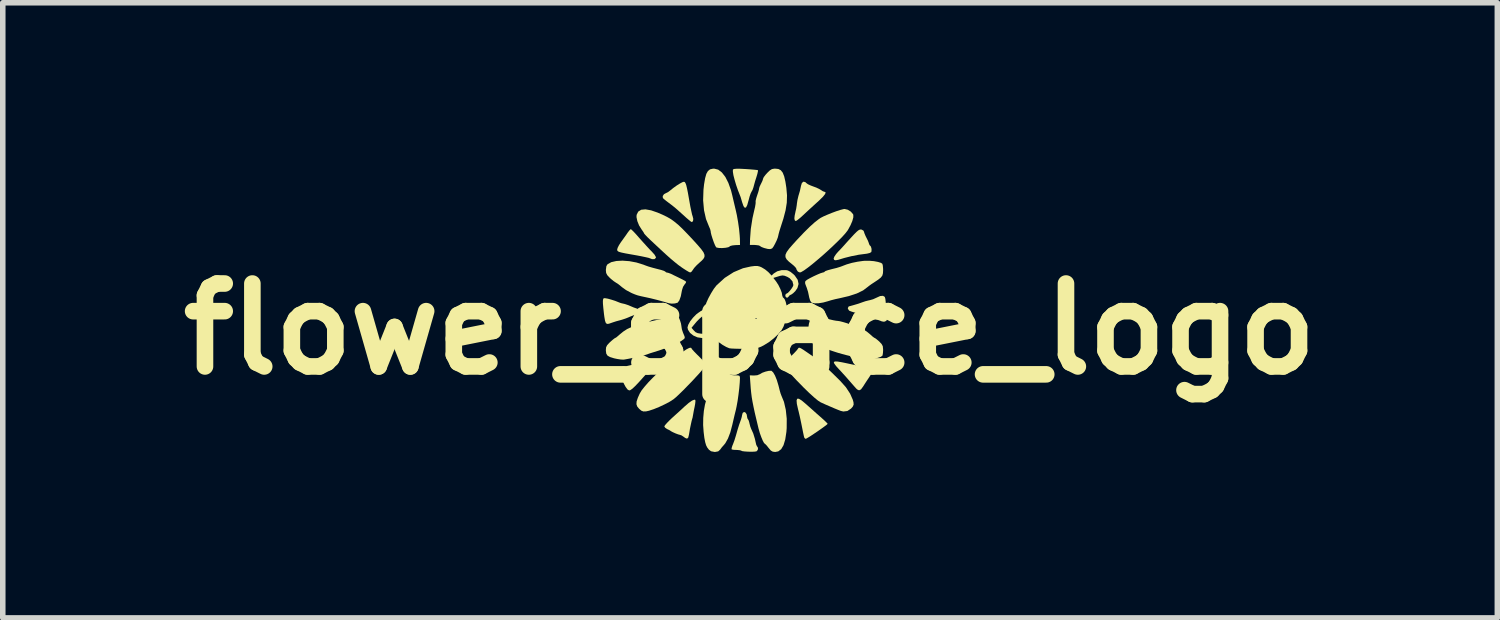
<source format=kicad_pcb>
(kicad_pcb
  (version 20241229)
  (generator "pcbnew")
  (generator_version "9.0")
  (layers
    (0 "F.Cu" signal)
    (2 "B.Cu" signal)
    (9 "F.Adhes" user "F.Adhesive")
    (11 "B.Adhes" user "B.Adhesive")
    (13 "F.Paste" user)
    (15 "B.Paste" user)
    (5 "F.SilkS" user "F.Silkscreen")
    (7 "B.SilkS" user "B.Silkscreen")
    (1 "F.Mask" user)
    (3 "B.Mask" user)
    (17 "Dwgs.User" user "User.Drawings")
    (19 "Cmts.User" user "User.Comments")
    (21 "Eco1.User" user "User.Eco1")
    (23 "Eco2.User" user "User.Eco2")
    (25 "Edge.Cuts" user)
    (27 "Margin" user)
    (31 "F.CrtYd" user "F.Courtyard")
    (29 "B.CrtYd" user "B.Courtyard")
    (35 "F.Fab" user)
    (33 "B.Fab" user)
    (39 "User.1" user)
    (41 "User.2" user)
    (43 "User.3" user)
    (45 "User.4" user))
  (footprint "flower_space_logo"
    (layer "F.Cu")
    (at 10.514 2.899)
    (property "Reference" "flower_space_logo" (at 0 0 0) (layer "F.SilkS") (effects (font (size 1.5 1.5) (thickness 0.3))))
    (attr board_only exclude_from_pos_files exclude_from_bom)
    (fp_poly (pts (xy 1.582 0.589) (xy 1.663 0.603) (xy 1.75 0.621) (xy 1.848 0.642) (xy 1.952 0.664) (xy 2.045 0.683) (xy 2.066 0.687) (xy 2.141 0.705) (xy 2.194 0.723) (xy 2.219 0.74) (xy 2.219 0.741) (xy 2.214 0.768) (xy 2.192 0.814) (xy 2.158 0.869) (xy 2.114 0.934) (xy 2.071 1) (xy 2.045 1.041) (xy 2.007 1.093) (xy 1.972 1.11) (xy 1.936 1.093) (xy 1.914 1.071) (xy 1.834 0.98) (xy 1.772 0.909) (xy 1.722 0.852) (xy 1.676 0.802) (xy 1.63 0.751) (xy 1.616 0.737) (xy 1.558 0.673) (xy 1.524 0.627) (xy 1.515 0.6) (xy 1.534 0.588)) (stroke (width 0) (type solid)) (fill yes) (layer "F.SilkS"))
    (fp_poly (pts (xy 0.932 1.292) (xy 0.996 1.345) (xy 1.051 1.394) (xy 1.124 1.458) (xy 1.201 1.527) (xy 1.248 1.568) (xy 1.31 1.623) (xy 1.36 1.669) (xy 1.393 1.702) (xy 1.404 1.715) (xy 1.39 1.73) (xy 1.352 1.759) (xy 1.297 1.799) (xy 1.233 1.844) (xy 1.165 1.89) (xy 1.102 1.932) (xy 1.049 1.965) (xy 1.015 1.984) (xy 1.006 1.988) (xy 0.986 1.973) (xy 0.978 1.956) (xy 0.97 1.92) (xy 0.958 1.864) (xy 0.95 1.823) (xy 0.924 1.694) (xy 0.901 1.587) (xy 0.878 1.488) (xy 0.868 1.45) (xy 0.847 1.355) (xy 0.842 1.293) (xy 0.853 1.262) (xy 0.883 1.262)) (stroke (width 0) (type solid)) (fill yes) (layer "F.SilkS"))
    (fp_poly (pts (xy -2.139 -1.792) (xy -2.103 -1.757) (xy -2.055 -1.705) (xy -2.005 -1.648) (xy -1.939 -1.574) (xy -1.871 -1.499) (xy -1.811 -1.434) (xy -1.78 -1.403) (xy -1.727 -1.344) (xy -1.703 -1.302) (xy -1.702 -1.286) (xy -1.728 -1.263) (xy -1.771 -1.262) (xy -1.807 -1.276) (xy -1.835 -1.286) (xy -1.892 -1.299) (xy -1.968 -1.315) (xy -2.053 -1.331) (xy -2.172 -1.352) (xy -2.26 -1.368) (xy -2.322 -1.381) (xy -2.362 -1.392) (xy -2.385 -1.402) (xy -2.397 -1.413) (xy -2.402 -1.426) (xy -2.403 -1.432) (xy -2.395 -1.465) (xy -2.37 -1.515) (xy -2.335 -1.569) (xy -2.289 -1.633) (xy -2.243 -1.697) (xy -2.216 -1.737) (xy -2.185 -1.778) (xy -2.161 -1.802) (xy -2.155 -1.805)) (stroke (width 0) (type solid)) (fill yes) (layer "F.SilkS"))
    (fp_poly (pts (xy -1.698 0.576) (xy -1.702 0.607) (xy -1.732 0.655) (xy -1.773 0.703) (xy -1.832 0.765) (xy -1.894 0.834) (xy -1.924 0.867) (xy -2.011 0.964) (xy -2.078 1.034) (xy -2.128 1.081) (xy -2.164 1.106) (xy -2.185 1.112) (xy -2.214 1.096) (xy -2.25 1.048) (xy -2.276 1) (xy -2.305 0.94) (xy -2.326 0.891) (xy -2.334 0.862) (xy -2.346 0.829) (xy -2.361 0.809) (xy -2.383 0.769) (xy -2.389 0.738) (xy -2.384 0.711) (xy -2.364 0.696) (xy -2.319 0.686) (xy -2.302 0.683) (xy -2.229 0.671) (xy -2.149 0.653) (xy -2.124 0.647) (xy -2.059 0.63) (xy -1.981 0.613) (xy -1.898 0.595) (xy -1.821 0.58) (xy -1.76 0.57) (xy -1.724 0.565) (xy -1.723 0.565)) (stroke (width 0) (type solid)) (fill yes) (layer "F.SilkS"))
    (fp_poly (pts (xy -0.178 -2.897) (xy -0.08 -2.892) (xy 0.005 -2.886) (xy 0.075 -2.88) (xy 0.124 -2.875) (xy 0.144 -2.871) (xy 0.143 -2.85) (xy 0.133 -2.805) (xy 0.115 -2.744) (xy 0.113 -2.739) (xy 0.091 -2.669) (xy 0.073 -2.604) (xy 0.062 -2.562) (xy 0.045 -2.513) (xy 0.026 -2.48) (xy 0.011 -2.449) (xy -0.008 -2.394) (xy -0.026 -2.326) (xy -0.028 -2.32) (xy -0.05 -2.241) (xy -0.072 -2.198) (xy -0.094 -2.191) (xy -0.117 -2.22) (xy -0.124 -2.238) (xy -0.143 -2.293) (xy -0.155 -2.334) (xy -0.17 -2.385) (xy -0.182 -2.416) (xy -0.219 -2.51) (xy -0.252 -2.606) (xy -0.279 -2.698) (xy -0.3 -2.779) (xy -0.31 -2.842) (xy -0.31 -2.879) (xy -0.308 -2.883) (xy -0.29 -2.893) (xy -0.248 -2.897)) (stroke (width 0) (type solid)) (fill yes) (layer "F.SilkS"))
    (fp_poly (pts (xy -1.181 -2.657) (xy -1.168 -2.639) (xy -1.154 -2.603) (xy -1.14 -2.545) (xy -1.123 -2.461) (xy -1.103 -2.347) (xy -1.095 -2.302) (xy -1.079 -2.212) (xy -1.062 -2.132) (xy -1.048 -2.069) (xy -1.037 -2.035) (xy -1.026 -1.99) (xy -1.031 -1.952) (xy -1.049 -1.933) (xy -1.053 -1.933) (xy -1.073 -1.944) (xy -1.111 -1.975) (xy -1.16 -2.017) (xy -1.167 -2.024) (xy -1.246 -2.095) (xy -1.305 -2.148) (xy -1.35 -2.187) (xy -1.388 -2.218) (xy -1.425 -2.247) (xy -1.468 -2.28) (xy -1.469 -2.28) (xy -1.52 -2.319) (xy -1.559 -2.351) (xy -1.576 -2.368) (xy -1.579 -2.403) (xy -1.556 -2.437) (xy -1.525 -2.454) (xy -1.484 -2.474) (xy -1.44 -2.507) (xy -1.387 -2.55) (xy -1.327 -2.593) (xy -1.268 -2.63) (xy -1.221 -2.655) (xy -1.196 -2.662)) (stroke (width 0) (type solid)) (fill yes) (layer "F.SilkS"))
    (fp_poly (pts (xy 2.017 -1.797) (xy 2.05 -1.779) (xy 2.06 -1.76) (xy 2.069 -1.73) (xy 2.089 -1.682) (xy 2.106 -1.648) (xy 2.132 -1.596) (xy 2.148 -1.554) (xy 2.152 -1.54) (xy 2.163 -1.514) (xy 2.169 -1.51) (xy 2.187 -1.488) (xy 2.198 -1.447) (xy 2.197 -1.406) (xy 2.192 -1.39) (xy 2.165 -1.374) (xy 2.117 -1.362) (xy 2.096 -1.359) (xy 1.965 -1.342) (xy 1.829 -1.315) (xy 1.706 -1.284) (xy 1.673 -1.274) (xy 1.597 -1.251) (xy 1.549 -1.242) (xy 1.524 -1.247) (xy 1.514 -1.266) (xy 1.513 -1.277) (xy 1.526 -1.309) (xy 1.557 -1.355) (xy 1.591 -1.394) (xy 1.65 -1.456) (xy 1.712 -1.524) (xy 1.741 -1.557) (xy 1.822 -1.646) (xy 1.882 -1.711) (xy 1.927 -1.756) (xy 1.959 -1.783) (xy 1.984 -1.796) (xy 2.004 -1.799)) (stroke (width 0) (type solid)) (fill yes) (layer "F.SilkS"))
    (fp_poly (pts (xy -2.569 -0.547) (xy -2.505 -0.529) (xy -2.439 -0.508) (xy -2.389 -0.488) (xy -2.348 -0.472) (xy -2.325 -0.465) (xy -2.268 -0.452) (xy -2.201 -0.43) (xy -2.152 -0.409) (xy -2.105 -0.389) (xy -2.045 -0.368) (xy -2.024 -0.361) (xy -1.976 -0.344) (xy -1.946 -0.326) (xy -1.942 -0.319) (xy -1.958 -0.304) (xy -1.999 -0.284) (xy -2.042 -0.269) (xy -2.109 -0.246) (xy -2.17 -0.222) (xy -2.197 -0.21) (xy -2.247 -0.19) (xy -2.313 -0.168) (xy -2.352 -0.157) (xy -2.419 -0.139) (xy -2.478 -0.12) (xy -2.504 -0.111) (xy -2.553 -0.094) (xy -2.586 -0.091) (xy -2.607 -0.107) (xy -2.622 -0.147) (xy -2.634 -0.216) (xy -2.641 -0.269) (xy -2.653 -0.378) (xy -2.66 -0.456) (xy -2.661 -0.508) (xy -2.656 -0.539) (xy -2.646 -0.555) (xy -2.645 -0.556) (xy -2.619 -0.556)) (stroke (width 0) (type solid)) (fill yes) (layer "F.SilkS"))
    (fp_poly (pts (xy -0.99 1.283) (xy -0.987 1.306) (xy -0.992 1.354) (xy -1.002 1.409) (xy -1.016 1.475) (xy -1.026 1.531) (xy -1.031 1.559) (xy -1.039 1.604) (xy -1.045 1.623) (xy -1.056 1.663) (xy -1.07 1.727) (xy -1.086 1.803) (xy -1.099 1.88) (xy -1.104 1.91) (xy -1.117 1.964) (xy -1.139 1.984) (xy -1.173 1.971) (xy -1.201 1.95) (xy -1.239 1.925) (xy -1.269 1.915) (xy -1.299 1.907) (xy -1.347 1.889) (xy -1.396 1.867) (xy -1.433 1.847) (xy -1.44 1.841) (xy -1.462 1.828) (xy -1.5 1.81) (xy -1.535 1.786) (xy -1.55 1.762) (xy -1.537 1.74) (xy -1.502 1.7) (xy -1.452 1.649) (xy -1.412 1.611) (xy -1.34 1.546) (xy -1.267 1.48) (xy -1.204 1.422) (xy -1.183 1.402) (xy -1.109 1.338) (xy -1.049 1.296) (xy -1.007 1.279)) (stroke (width 0) (type solid)) (fill yes) (layer "F.SilkS"))
    (fp_poly (pts (xy 1.001 -2.655) (xy 1.02 -2.637) (xy 1.048 -2.617) (xy 1.098 -2.594) (xy 1.135 -2.58) (xy 1.2 -2.556) (xy 1.257 -2.528) (xy 1.279 -2.515) (xy 1.318 -2.49) (xy 1.347 -2.48) (xy 1.348 -2.48) (xy 1.368 -2.47) (xy 1.358 -2.44) (xy 1.319 -2.391) (xy 1.249 -2.322) (xy 1.218 -2.294) (xy 1.142 -2.225) (xy 1.061 -2.151) (xy 0.989 -2.084) (xy 0.959 -2.056) (xy 0.906 -2.008) (xy 0.86 -1.971) (xy 0.83 -1.952) (xy 0.826 -1.951) (xy 0.808 -1.967) (xy 0.802 -2.001) (xy 0.808 -2.054) (xy 0.821 -2.113) (xy 0.821 -2.115) (xy 0.835 -2.176) (xy 0.846 -2.246) (xy 0.847 -2.261) (xy 0.858 -2.333) (xy 0.876 -2.409) (xy 0.881 -2.425) (xy 0.902 -2.496) (xy 0.918 -2.569) (xy 0.921 -2.585) (xy 0.938 -2.64) (xy 0.967 -2.664)) (stroke (width 0) (type solid)) (fill yes) (layer "F.SilkS"))
    (fp_poly (pts (xy -0.576 -2.881) (xy -0.509 -2.83) (xy -0.446 -2.749) (xy -0.391 -2.64) (xy -0.344 -2.507) (xy -0.321 -2.416) (xy -0.301 -2.33) (xy -0.28 -2.241) (xy -0.263 -2.169) (xy -0.262 -2.166) (xy -0.238 -2.058) (xy -0.216 -1.933) (xy -0.198 -1.807) (xy -0.187 -1.692) (xy -0.183 -1.63) (xy -0.181 -1.519) (xy -0.267 -1.516) (xy -0.321 -1.51) (xy -0.358 -1.5) (xy -0.366 -1.493) (xy -0.392 -1.478) (xy -0.442 -1.468) (xy -0.503 -1.463) (xy -0.56 -1.464) (xy -0.603 -1.472) (xy -0.614 -1.479) (xy -0.632 -1.512) (xy -0.655 -1.567) (xy -0.678 -1.633) (xy -0.698 -1.697) (xy -0.71 -1.748) (xy -0.711 -1.764) (xy -0.72 -1.802) (xy -0.74 -1.849) (xy -0.741 -1.851) (xy -0.796 -1.987) (xy -0.832 -2.147) (xy -0.848 -2.326) (xy -0.842 -2.515) (xy -0.831 -2.616) (xy -0.812 -2.726) (xy -0.79 -2.805) (xy -0.761 -2.856) (xy -0.724 -2.886) (xy -0.673 -2.898) (xy -0.646 -2.899)) (stroke (width 0) (type solid)) (fill yes) (layer "F.SilkS"))
    (fp_poly (pts (xy 2.437 -0.58) (xy 2.437 -0.579) (xy 2.447 -0.546) (xy 2.453 -0.497) (xy 2.453 -0.492) (xy 2.456 -0.442) (xy 2.463 -0.37) (xy 2.47 -0.295) (xy 2.477 -0.222) (xy 2.477 -0.177) (xy 2.469 -0.153) (xy 2.46 -0.144) (xy 2.424 -0.13) (xy 2.383 -0.137) (xy 2.361 -0.146) (xy 2.325 -0.159) (xy 2.267 -0.178) (xy 2.215 -0.193) (xy 2.154 -0.213) (xy 2.104 -0.232) (xy 2.082 -0.244) (xy 2.042 -0.263) (xy 2.027 -0.267) (xy 1.965 -0.279) (xy 1.898 -0.295) (xy 1.838 -0.313) (xy 1.799 -0.328) (xy 1.791 -0.333) (xy 1.771 -0.364) (xy 1.769 -0.377) (xy 1.782 -0.404) (xy 1.791 -0.409) (xy 1.822 -0.417) (xy 1.872 -0.431) (xy 1.896 -0.438) (xy 1.96 -0.457) (xy 2.019 -0.478) (xy 2.033 -0.483) (xy 2.089 -0.502) (xy 2.153 -0.518) (xy 2.161 -0.519) (xy 2.225 -0.537) (xy 2.285 -0.564) (xy 2.291 -0.567) (xy 2.353 -0.595) (xy 2.404 -0.599)) (stroke (width 0) (type solid)) (fill yes) (layer "F.SilkS"))
    (fp_poly (pts (xy -1.061 0.347) (xy -1.045 0.371) (xy -1.008 0.412) (xy -0.958 0.463) (xy -0.937 0.483) (xy -0.872 0.549) (xy -0.834 0.601) (xy -0.821 0.645) (xy -0.83 0.688) (xy -0.843 0.713) (xy -0.87 0.748) (xy -0.917 0.803) (xy -0.98 0.871) (xy -1.052 0.949) (xy -1.13 1.029) (xy -1.206 1.107) (xy -1.277 1.176) (xy -1.335 1.231) (xy -1.377 1.266) (xy -1.38 1.269) (xy -1.451 1.315) (xy -1.542 1.363) (xy -1.642 1.41) (xy -1.74 1.45) (xy -1.827 1.479) (xy -1.881 1.491) (xy -1.929 1.492) (xy -1.966 1.478) (xy -2.007 1.442) (xy -2.04 1.402) (xy -2.054 1.361) (xy -2.051 1.311) (xy -2.029 1.245) (xy -1.994 1.167) (xy -1.961 1.112) (xy -1.908 1.045) (xy -1.84 0.967) (xy -1.759 0.883) (xy -1.669 0.795) (xy -1.575 0.707) (xy -1.479 0.622) (xy -1.384 0.542) (xy -1.296 0.471) (xy -1.216 0.412) (xy -1.15 0.369) (xy -1.099 0.343) (xy -1.068 0.339)) (stroke (width 0) (type solid)) (fill yes) (layer "F.SilkS"))
    (fp_poly (pts (xy -0.08 1.514) (xy -0.06 1.547) (xy -0.055 1.578) (xy -0.048 1.616) (xy -0.039 1.631) (xy -0.025 1.654) (xy -0.012 1.698) (xy -0.01 1.709) (xy 0.005 1.765) (xy 0.022 1.81) (xy 0.024 1.814) (xy 0.059 1.892) (xy 0.088 1.987) (xy 0.101 2.045) (xy 0.112 2.093) (xy 0.126 2.122) (xy 0.129 2.125) (xy 0.145 2.153) (xy 0.14 2.188) (xy 0.117 2.213) (xy 0.114 2.214) (xy 0.077 2.219) (xy 0.021 2.221) (xy -0.042 2.219) (xy -0.1 2.215) (xy -0.143 2.209) (xy -0.157 2.202) (xy -0.18 2.194) (xy -0.224 2.189) (xy -0.244 2.188) (xy -0.295 2.186) (xy -0.328 2.18) (xy -0.333 2.177) (xy -0.333 2.156) (xy -0.32 2.113) (xy -0.307 2.082) (xy -0.281 2.012) (xy -0.256 1.931) (xy -0.246 1.896) (xy -0.224 1.818) (xy -0.197 1.732) (xy -0.184 1.696) (xy -0.163 1.637) (xy -0.149 1.589) (xy -0.146 1.568) (xy -0.136 1.529) (xy -0.129 1.515) (xy -0.106 1.501)) (stroke (width 0) (type solid)) (fill yes) (layer "F.SilkS"))
    (fp_poly (pts (xy 1.768 -2.156) (xy 1.823 -2.122) (xy 1.862 -2.077) (xy 1.868 -2.063) (xy 1.868 -2.018) (xy 1.85 -1.952) (xy 1.817 -1.875) (xy 1.773 -1.794) (xy 1.767 -1.784) (xy 1.728 -1.733) (xy 1.669 -1.667) (xy 1.594 -1.591) (xy 1.507 -1.507) (xy 1.413 -1.419) (xy 1.315 -1.331) (xy 1.218 -1.248) (xy 1.127 -1.172) (xy 1.045 -1.108) (xy 0.977 -1.059) (xy 0.926 -1.029) (xy 0.903 -1.021) (xy 0.873 -1.033) (xy 0.861 -1.043) (xy 0.841 -1.074) (xy 0.839 -1.087) (xy 0.825 -1.11) (xy 0.791 -1.145) (xy 0.761 -1.17) (xy 0.702 -1.218) (xy 0.661 -1.26) (xy 0.641 -1.299) (xy 0.641 -1.341) (xy 0.663 -1.391) (xy 0.708 -1.453) (xy 0.777 -1.532) (xy 0.848 -1.61) (xy 0.973 -1.742) (xy 1.079 -1.847) (xy 1.169 -1.928) (xy 1.245 -1.987) (xy 1.276 -2.008) (xy 1.328 -2.035) (xy 1.399 -2.066) (xy 1.48 -2.099) (xy 1.561 -2.129) (xy 1.635 -2.153) (xy 1.69 -2.167) (xy 1.71 -2.17)) (stroke (width 0) (type solid)) (fill yes) (layer "F.SilkS"))
    (fp_poly (pts (xy -1.789 -2.145) (xy -1.673 -2.105) (xy -1.58 -2.065) (xy -1.5 -2.026) (xy -1.429 -1.985) (xy -1.362 -1.936) (xy -1.291 -1.877) (xy -1.213 -1.802) (xy -1.121 -1.707) (xy -1.03 -1.61) (xy -0.944 -1.515) (xy -0.881 -1.441) (xy -0.841 -1.385) (xy -0.823 -1.34) (xy -0.824 -1.302) (xy -0.844 -1.266) (xy -0.881 -1.228) (xy -0.913 -1.2) (xy -0.966 -1.151) (xy -1.01 -1.103) (xy -1.032 -1.071) (xy -1.057 -1.036) (xy -1.082 -1.021) (xy -1.082 -1.021) (xy -1.106 -1.031) (xy -1.152 -1.058) (xy -1.211 -1.096) (xy -1.24 -1.116) (xy -1.298 -1.158) (xy -1.36 -1.208) (xy -1.432 -1.268) (xy -1.515 -1.342) (xy -1.615 -1.434) (xy -1.735 -1.546) (xy -1.801 -1.608) (xy -1.852 -1.657) (xy -1.891 -1.698) (xy -1.913 -1.723) (xy -1.915 -1.727) (xy -1.925 -1.747) (xy -1.95 -1.784) (xy -1.961 -1.799) (xy -2.006 -1.871) (xy -2.038 -1.95) (xy -2.053 -2.023) (xy -2.051 -2.063) (xy -2.022 -2.122) (xy -1.968 -2.156) (xy -1.89 -2.163)) (stroke (width 0) (type solid)) (fill yes) (layer "F.SilkS"))
    (fp_poly (pts (xy 0.389 0.758) (xy 0.419 0.786) (xy 0.452 0.843) (xy 0.484 0.922) (xy 0.513 1.018) (xy 0.52 1.045) (xy 0.537 1.113) (xy 0.553 1.168) (xy 0.565 1.2) (xy 0.614 1.319) (xy 0.647 1.463) (xy 0.664 1.624) (xy 0.663 1.793) (xy 0.658 1.861) (xy 0.637 1.998) (xy 0.606 2.102) (xy 0.564 2.174) (xy 0.511 2.214) (xy 0.455 2.225) (xy 0.411 2.219) (xy 0.376 2.199) (xy 0.338 2.154) (xy 0.336 2.152) (xy 0.303 2.11) (xy 0.278 2.084) (xy 0.271 2.079) (xy 0.253 2.062) (xy 0.23 2.019) (xy 0.204 1.957) (xy 0.178 1.885) (xy 0.157 1.811) (xy 0.155 1.805) (xy 0.117 1.646) (xy 0.086 1.515) (xy 0.063 1.407) (xy 0.045 1.316) (xy 0.031 1.234) (xy 0.021 1.155) (xy 0.013 1.074) (xy 0.009 1.017) (xy -0.004 0.839) (xy 0.071 0.842) (xy 0.131 0.837) (xy 0.175 0.819) (xy 0.178 0.818) (xy 0.22 0.793) (xy 0.278 0.772) (xy 0.337 0.758) (xy 0.382 0.756)) (stroke (width 0) (type solid)) (fill yes) (layer "F.SilkS"))
    (fp_poly (pts (xy 0.92 0.35) (xy 0.963 0.376) (xy 1.029 0.421) (xy 1.096 0.467) (xy 1.156 0.509) (xy 1.199 0.539) (xy 1.212 0.547) (xy 1.248 0.576) (xy 1.305 0.626) (xy 1.38 0.696) (xy 1.468 0.779) (xy 1.564 0.873) (xy 1.631 0.939) (xy 1.733 1.053) (xy 1.81 1.17) (xy 1.859 1.281) (xy 1.871 1.326) (xy 1.874 1.369) (xy 1.858 1.405) (xy 1.827 1.44) (xy 1.761 1.484) (xy 1.687 1.493) (xy 1.641 1.482) (xy 1.594 1.464) (xy 1.526 1.436) (xy 1.447 1.402) (xy 1.368 1.368) (xy 1.302 1.338) (xy 1.276 1.326) (xy 1.227 1.294) (xy 1.158 1.237) (xy 1.07 1.157) (xy 0.966 1.056) (xy 0.951 1.04) (xy 0.842 0.929) (xy 0.759 0.84) (xy 0.698 0.769) (xy 0.659 0.711) (xy 0.641 0.663) (xy 0.642 0.622) (xy 0.659 0.582) (xy 0.693 0.54) (xy 0.741 0.493) (xy 0.743 0.491) (xy 0.796 0.439) (xy 0.839 0.393) (xy 0.865 0.361) (xy 0.867 0.357) (xy 0.878 0.342) (xy 0.894 0.339)) (stroke (width 0) (type solid)) (fill yes) (layer "F.SilkS"))
    (fp_poly (pts (xy -0.486 0.765) (xy -0.431 0.781) (xy -0.388 0.799) (xy -0.37 0.816) (xy -0.346 0.831) (xy -0.293 0.838) (xy -0.272 0.839) (xy -0.218 0.84) (xy -0.192 0.848) (xy -0.183 0.868) (xy -0.182 0.892) (xy -0.186 0.972) (xy -0.195 1.075) (xy -0.209 1.19) (xy -0.225 1.303) (xy -0.243 1.402) (xy -0.255 1.459) (xy -0.278 1.551) (xy -0.302 1.654) (xy -0.32 1.732) (xy -0.356 1.869) (xy -0.399 1.982) (xy -0.446 2.066) (xy -0.471 2.097) (xy -0.511 2.142) (xy -0.542 2.184) (xy -0.576 2.214) (xy -0.629 2.224) (xy -0.637 2.225) (xy -0.705 2.212) (xy -0.743 2.184) (xy -0.772 2.147) (xy -0.794 2.104) (xy -0.811 2.047) (xy -0.826 1.969) (xy -0.839 1.863) (xy -0.848 1.738) (xy -0.846 1.609) (xy -0.835 1.483) (xy -0.815 1.369) (xy -0.789 1.273) (xy -0.756 1.205) (xy -0.75 1.196) (xy -0.738 1.169) (xy -0.722 1.118) (xy -0.704 1.052) (xy -0.702 1.043) (xy -0.672 0.933) (xy -0.639 0.847) (xy -0.605 0.787) (xy -0.574 0.759) (xy -0.538 0.757)) (stroke (width 0) (type solid)) (fill yes) (layer "F.SilkS"))
    (fp_poly (pts (xy 0.513 -2.893) (xy 0.557 -2.87) (xy 0.591 -2.827) (xy 0.618 -2.759) (xy 0.64 -2.663) (xy 0.657 -2.553) (xy 0.669 -2.415) (xy 0.665 -2.283) (xy 0.643 -2.146) (xy 0.603 -1.993) (xy 0.582 -1.928) (xy 0.555 -1.844) (xy 0.532 -1.771) (xy 0.517 -1.716) (xy 0.511 -1.689) (xy 0.511 -1.688) (xy 0.502 -1.653) (xy 0.482 -1.601) (xy 0.454 -1.543) (xy 0.426 -1.492) (xy 0.403 -1.46) (xy 0.398 -1.456) (xy 0.365 -1.444) (xy 0.321 -1.447) (xy 0.255 -1.464) (xy 0.21 -1.481) (xy 0.182 -1.498) (xy 0.18 -1.501) (xy 0.157 -1.511) (xy 0.11 -1.517) (xy 0.084 -1.519) (xy -0.002 -1.52) (xy 0.001 -1.631) (xy 0.014 -1.808) (xy 0.044 -2.001) (xy 0.075 -2.139) (xy 0.091 -2.207) (xy 0.1 -2.261) (xy 0.102 -2.293) (xy 0.101 -2.296) (xy 0.102 -2.32) (xy 0.113 -2.366) (xy 0.128 -2.413) (xy 0.148 -2.472) (xy 0.161 -2.519) (xy 0.164 -2.539) (xy 0.172 -2.569) (xy 0.193 -2.615) (xy 0.201 -2.63) (xy 0.224 -2.678) (xy 0.236 -2.715) (xy 0.237 -2.721) (xy 0.249 -2.746) (xy 0.28 -2.787) (xy 0.311 -2.822) (xy 0.358 -2.867) (xy 0.396 -2.891) (xy 0.439 -2.899) (xy 0.457 -2.899)) (stroke (width 0) (type solid)) (fill yes) (layer "F.SilkS"))
    (fp_poly (pts (xy 2.242 -1.226) (xy 2.315 -1.212) (xy 2.369 -1.195) (xy 2.393 -1.178) (xy 2.401 -1.149) (xy 2.406 -1.098) (xy 2.407 -1.063) (xy 2.404 -1.008) (xy 2.393 -0.966) (xy 2.366 -0.93) (xy 2.319 -0.892) (xy 2.25 -0.846) (xy 2.195 -0.81) (xy 2.151 -0.778) (xy 2.131 -0.762) (xy 2.045 -0.697) (xy 1.932 -0.642) (xy 1.789 -0.595) (xy 1.623 -0.556) (xy 1.543 -0.539) (xy 1.465 -0.519) (xy 1.407 -0.501) (xy 1.323 -0.478) (xy 1.241 -0.465) (xy 1.17 -0.463) (xy 1.119 -0.474) (xy 1.106 -0.483) (xy 1.086 -0.517) (xy 1.07 -0.571) (xy 1.065 -0.597) (xy 1.049 -0.672) (xy 1.025 -0.747) (xy 1.018 -0.764) (xy 0.998 -0.818) (xy 0.996 -0.851) (xy 1.006 -0.869) (xy 1.033 -0.89) (xy 1.084 -0.919) (xy 1.147 -0.951) (xy 1.214 -0.982) (xy 1.273 -1.007) (xy 1.314 -1.02) (xy 1.322 -1.021) (xy 1.346 -1.03) (xy 1.349 -1.037) (xy 1.366 -1.048) (xy 1.409 -1.063) (xy 1.472 -1.08) (xy 1.491 -1.085) (xy 1.565 -1.103) (xy 1.63 -1.123) (xy 1.674 -1.139) (xy 1.678 -1.141) (xy 1.749 -1.168) (xy 1.842 -1.195) (xy 1.945 -1.216) (xy 2.043 -1.23) (xy 2.079 -1.233) (xy 2.16 -1.233)) (stroke (width 0) (type solid)) (fill yes) (layer "F.SilkS"))
    (fp_poly (pts (xy -2.183 -1.226) (xy -2.055 -1.202) (xy -1.929 -1.163) (xy -1.896 -1.15) (xy -1.837 -1.129) (xy -1.758 -1.106) (xy -1.677 -1.085) (xy -1.673 -1.084) (xy -1.607 -1.067) (xy -1.558 -1.051) (xy -1.533 -1.038) (xy -1.532 -1.036) (xy -1.517 -1.023) (xy -1.506 -1.021) (xy -1.472 -1.013) (xy -1.428 -0.996) (xy -1.384 -0.974) (xy -1.322 -0.944) (xy -1.271 -0.919) (xy -1.215 -0.891) (xy -1.173 -0.867) (xy -1.156 -0.854) (xy -1.161 -0.833) (xy -1.184 -0.804) (xy -1.211 -0.762) (xy -1.229 -0.706) (xy -1.231 -0.698) (xy -1.252 -0.59) (xy -1.278 -0.517) (xy -1.307 -0.477) (xy -1.312 -0.474) (xy -1.36 -0.461) (xy -1.42 -0.458) (xy -1.468 -0.465) (xy -1.566 -0.494) (xy -1.683 -0.526) (xy -1.8 -0.555) (xy -1.887 -0.574) (xy -1.971 -0.592) (xy -2.031 -0.607) (xy -2.08 -0.624) (xy -2.131 -0.645) (xy -2.152 -0.655) (xy -2.242 -0.703) (xy -2.317 -0.757) (xy -2.332 -0.77) (xy -2.379 -0.808) (xy -2.424 -0.837) (xy -2.427 -0.839) (xy -2.466 -0.865) (xy -2.515 -0.905) (xy -2.539 -0.927) (xy -2.582 -0.973) (xy -2.602 -1.013) (xy -2.607 -1.064) (xy -2.607 -1.068) (xy -2.598 -1.136) (xy -2.576 -1.171) (xy -2.509 -1.208) (xy -2.417 -1.229) (xy -2.306 -1.235)) (stroke (width 0) (type solid)) (fill yes) (layer "F.SilkS"))
    (fp_poly (pts (xy -1.267 -0.157) (xy -1.249 -0.1) (xy -1.24 -0.046) (xy -1.24 -0.042) (xy -1.232 0.007) (xy -1.212 0.067) (xy -1.204 0.086) (xy -1.184 0.134) (xy -1.18 0.162) (xy -1.192 0.18) (xy -1.198 0.185) (xy -1.249 0.221) (xy -1.316 0.259) (xy -1.386 0.293) (xy -1.449 0.318) (xy -1.494 0.328) (xy -1.497 0.328) (xy -1.526 0.334) (xy -1.532 0.342) (xy -1.548 0.354) (xy -1.591 0.371) (xy -1.653 0.392) (xy -1.673 0.398) (xy -1.746 0.421) (xy -1.811 0.441) (xy -1.854 0.457) (xy -1.859 0.459) (xy -1.901 0.472) (xy -1.967 0.489) (xy -2.048 0.508) (xy -2.133 0.527) (xy -2.211 0.542) (xy -2.272 0.553) (xy -2.288 0.555) (xy -2.335 0.553) (xy -2.401 0.543) (xy -2.458 0.531) (xy -2.532 0.508) (xy -2.577 0.483) (xy -2.6 0.446) (xy -2.607 0.393) (xy -2.607 0.378) (xy -2.603 0.332) (xy -2.584 0.294) (xy -2.545 0.251) (xy -2.53 0.237) (xy -2.486 0.198) (xy -2.452 0.171) (xy -2.439 0.164) (xy -2.419 0.153) (xy -2.383 0.123) (xy -2.357 0.1) (xy -2.292 0.047) (xy -2.223 0.002) (xy -2.16 -0.027) (xy -2.118 -0.036) (xy -2.083 -0.043) (xy -2.072 -0.049) (xy -2.041 -0.066) (xy -1.981 -0.087) (xy -1.899 -0.111) (xy -1.803 -0.136) (xy -1.698 -0.16) (xy -1.592 -0.182) (xy -1.493 -0.2) (xy -1.407 -0.211) (xy -1.399 -0.212) (xy -1.294 -0.223)) (stroke (width 0) (type solid)) (fill yes) (layer "F.SilkS"))
    (fp_poly (pts (xy 1.226 -0.212) (xy 1.309 -0.2) (xy 1.396 -0.184) (xy 1.44 -0.173) (xy 1.504 -0.158) (xy 1.559 -0.148) (xy 1.582 -0.146) (xy 1.623 -0.14) (xy 1.685 -0.124) (xy 1.755 -0.103) (xy 1.822 -0.08) (xy 1.873 -0.06) (xy 1.882 -0.054) (xy 1.923 -0.039) (xy 1.941 -0.036) (xy 1.986 -0.025) (xy 2.046 0.005) (xy 2.112 0.048) (xy 2.173 0.098) (xy 2.175 0.1) (xy 2.216 0.137) (xy 2.247 0.16) (xy 2.257 0.164) (xy 2.276 0.176) (xy 2.313 0.206) (xy 2.339 0.229) (xy 2.38 0.273) (xy 2.401 0.312) (xy 2.406 0.362) (xy 2.407 0.38) (xy 2.404 0.435) (xy 2.397 0.476) (xy 2.393 0.485) (xy 2.363 0.505) (xy 2.307 0.524) (xy 2.235 0.539) (xy 2.158 0.548) (xy 2.086 0.551) (xy 2.03 0.546) (xy 2.024 0.544) (xy 1.985 0.533) (xy 1.922 0.517) (xy 1.849 0.499) (xy 1.833 0.495) (xy 1.749 0.475) (xy 1.666 0.453) (xy 1.6 0.434) (xy 1.595 0.433) (xy 1.536 0.414) (xy 1.478 0.395) (xy 1.413 0.372) (xy 1.331 0.342) (xy 1.241 0.308) (xy 1.18 0.282) (xy 1.115 0.25) (xy 1.056 0.217) (xy 1.01 0.187) (xy 0.986 0.166) (xy 0.985 0.162) (xy 0.992 0.136) (xy 1.012 0.092) (xy 1.021 0.073) (xy 1.044 0.017) (xy 1.057 -0.034) (xy 1.058 -0.045) (xy 1.065 -0.094) (xy 1.082 -0.151) (xy 1.085 -0.157) (xy 1.112 -0.223)) (stroke (width 0) (type solid)) (fill yes) (layer "F.SilkS"))
    (fp_poly (pts (xy 0.137 -1.138) (xy 0.178 -1.128) (xy 0.212 -1.113) (xy 0.273 -1.076) (xy 0.329 -1.03) (xy 0.336 -1.023) (xy 0.39 -0.966) (xy 0.43 -1.004) (xy 0.493 -1.043) (xy 0.573 -1.064) (xy 0.653 -1.064) (xy 0.685 -1.057) (xy 0.733 -1.032) (xy 0.786 -0.989) (xy 0.81 -0.965) (xy 0.862 -0.889) (xy 0.878 -0.814) (xy 0.857 -0.739) (xy 0.819 -0.684) (xy 0.78 -0.646) (xy 0.748 -0.623) (xy 0.739 -0.62) (xy 0.712 -0.605) (xy 0.705 -0.593) (xy 0.68 -0.568) (xy 0.666 -0.565) (xy 0.645 -0.579) (xy 0.638 -0.607) (xy 0.647 -0.632) (xy 0.661 -0.639) (xy 0.685 -0.653) (xy 0.719 -0.688) (xy 0.752 -0.731) (xy 0.777 -0.772) (xy 0.784 -0.795) (xy 0.767 -0.862) (xy 0.717 -0.917) (xy 0.675 -0.942) (xy 0.626 -0.962) (xy 0.588 -0.968) (xy 0.543 -0.96) (xy 0.51 -0.95) (xy 0.422 -0.923) (xy 0.472 -0.858) (xy 0.513 -0.795) (xy 0.549 -0.722) (xy 0.575 -0.653) (xy 0.583 -0.603) (xy 0.595 -0.57) (xy 0.609 -0.559) (xy 0.627 -0.536) (xy 0.646 -0.488) (xy 0.661 -0.424) (xy 0.672 -0.355) (xy 0.675 -0.306) (xy 0.673 -0.269) (xy 0.665 -0.228) (xy 0.65 -0.173) (xy 0.625 -0.096) (xy 0.605 -0.04) (xy 0.57 0.023) (xy 0.51 0.095) (xy 0.432 0.168) (xy 0.343 0.238) (xy 0.25 0.295) (xy 0.243 0.299) (xy 0.198 0.322) (xy 0.157 0.337) (xy 0.112 0.347) (xy 0.053 0.353) (xy -0.027 0.356) (xy -0.089 0.358) (xy -0.182 0.359) (xy -0.267 0.357) (xy -0.335 0.354) (xy -0.375 0.349) (xy -0.375 0.349) (xy -0.43 0.326) (xy -0.498 0.287) (xy -0.563 0.241) (xy -0.613 0.197) (xy -0.62 0.188) (xy -0.648 0.147) (xy -0.675 0.101) (xy -0.704 0.052) (xy -0.733 0.015) (xy -0.761 -0.028) (xy -0.775 -0.068) (xy -0.787 -0.121) (xy -0.802 -0.182) (xy -0.804 -0.187) (xy -0.806 -0.194) (xy 0.097 -0.194) (xy 0.1 -0.184) (xy 0.109 -0.182) (xy 0.124 -0.189) (xy 0.122 -0.194) (xy 0.1 -0.197) (xy 0.097 -0.194) (xy -0.806 -0.194) (xy -0.822 -0.256) (xy -0.873 -0.22) (xy -0.914 -0.185) (xy -0.963 -0.135) (xy -0.991 -0.102) (xy -1.058 -0.021) (xy -1.015 0.029) (xy -0.984 0.059) (xy -0.946 0.076) (xy -0.889 0.085) (xy -0.86 0.087) (xy -0.788 0.099) (xy -0.75 0.117) (xy -0.747 0.136) (xy -0.776 0.153) (xy -0.838 0.163) (xy -0.868 0.164) (xy -0.95 0.152) (xy -1.025 0.119) (xy -1.085 0.071) (xy -1.122 0.014) (xy -1.131 -0.027) (xy -1.117 -0.076) (xy -1.082 -0.139) (xy -1.031 -0.204) (xy -0.972 -0.264) (xy -0.941 -0.288) (xy -0.893 -0.321) (xy -0.855 -0.342) (xy -0.842 -0.346) (xy -0.826 -0.362) (xy -0.812 -0.401) (xy -0.811 -0.406) (xy -0.79 -0.473) (xy -0.753 -0.556) (xy -0.705 -0.644) (xy -0.655 -0.725) (xy -0.607 -0.787) (xy -0.604 -0.79) (xy -0.457 -0.924) (xy -0.296 -1.027) (xy -0.127 -1.098) (xy 0.015 -1.13) (xy 0.087 -1.139)) (stroke (width 0) (type solid)) (fill yes) (layer "F.SilkS")))
  (gr_rect
    (start -3 -3)
    (end 24.029 8.124)
    (stroke (width 0.1) (type default))
    (fill no)
    (layer "Edge.Cuts")))
</source>
